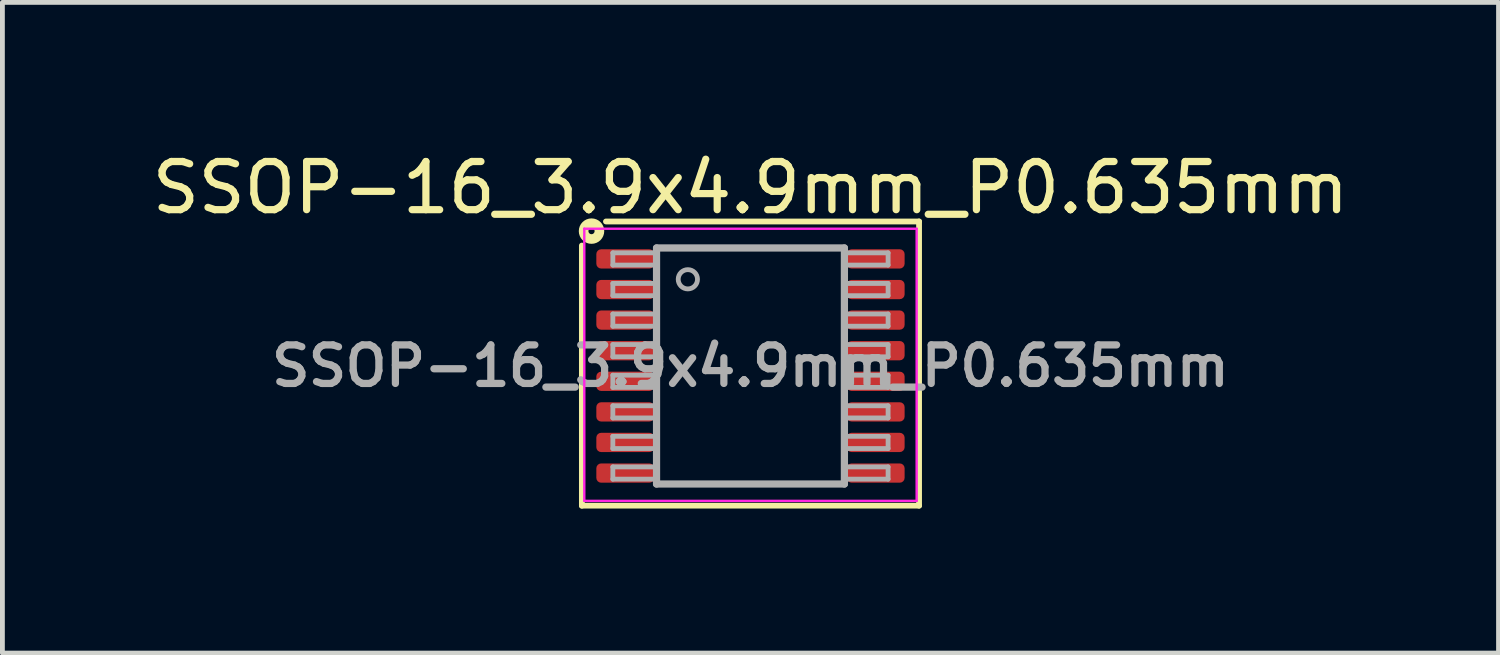
<source format=kicad_pcb>
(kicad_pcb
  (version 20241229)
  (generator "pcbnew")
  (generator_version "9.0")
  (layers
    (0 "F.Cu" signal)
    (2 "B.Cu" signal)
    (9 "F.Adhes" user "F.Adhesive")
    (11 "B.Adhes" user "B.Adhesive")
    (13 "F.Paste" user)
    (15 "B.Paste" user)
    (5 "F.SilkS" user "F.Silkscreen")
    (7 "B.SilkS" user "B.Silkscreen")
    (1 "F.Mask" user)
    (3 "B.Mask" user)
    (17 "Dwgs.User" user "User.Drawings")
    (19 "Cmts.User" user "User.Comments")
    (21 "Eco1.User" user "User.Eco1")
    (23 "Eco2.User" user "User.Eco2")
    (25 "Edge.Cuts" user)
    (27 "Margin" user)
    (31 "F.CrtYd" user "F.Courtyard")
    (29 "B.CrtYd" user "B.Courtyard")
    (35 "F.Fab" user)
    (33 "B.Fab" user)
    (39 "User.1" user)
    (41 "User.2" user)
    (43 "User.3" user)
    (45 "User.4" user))
  (footprint "SSOP-16_3.9x4.9mm_P0.635mm"
    (layer "F.Cu")
    (at 12.53 4.548)
    (property "Reference" "SSOP-16_3.9x4.9mm_P0.635mm" (at 0 -3.7 0) (layer "F.SilkS") (effects (font (size 1 1) (thickness 0.15))))
    (attr smd)
    (fp_line (start -3.5 -2.5) (end -3.5 2.9) (stroke (width 0.12) (type solid)) (layer "F.SilkS"))
    (fp_line (start -3.5 2.9) (end 3.5 2.9) (stroke (width 0.12) (type solid)) (layer "F.SilkS"))
    (fp_line (start 3.5 -3) (end -3 -3) (stroke (width 0.12) (type solid)) (layer "F.SilkS"))
    (fp_line (start 3.5 2.9) (end 3.5 -3) (stroke (width 0.12) (type solid)) (layer "F.SilkS"))
    (fp_circle (center -3.3 -2.8) (end -3.236 -2.8) (stroke (width 0.2) (type solid)) (fill no) (layer "F.SilkS"))
    (fp_line (start -3.45 -2.85) (end -3.45 2.8) (stroke (width 0.05) (type solid)) (layer "F.CrtYd"))
    (fp_line (start -3.45 -2.85) (end 3.45 -2.85) (stroke (width 0.05) (type solid)) (layer "F.CrtYd"))
    (fp_line (start -3.45 2.8) (end 3.45 2.8) (stroke (width 0.05) (type solid)) (layer "F.CrtYd"))
    (fp_line (start 3.45 -2.85) (end 3.45 2.8) (stroke (width 0.05) (type solid)) (layer "F.CrtYd"))
    (fp_line (start -2.857 -2.349) (end -2.857 -2.095) (stroke (width 0.1) (type solid)) (layer "F.Fab"))
    (fp_line (start -2.857 -2.349) (end -1.968 -2.349) (stroke (width 0.1) (type solid)) (layer "F.Fab"))
    (fp_line (start -2.857 -2.095) (end -1.968 -2.095) (stroke (width 0.1) (type solid)) (layer "F.Fab"))
    (fp_line (start -2.857 -1.714) (end -2.857 -1.46) (stroke (width 0.1) (type solid)) (layer "F.Fab"))
    (fp_line (start -2.857 -1.714) (end -1.968 -1.714) (stroke (width 0.1) (type solid)) (layer "F.Fab"))
    (fp_line (start -2.857 -1.46) (end -1.968 -1.46) (stroke (width 0.1) (type solid)) (layer "F.Fab"))
    (fp_line (start -2.857 -1.079) (end -2.857 -0.826) (stroke (width 0.1) (type solid)) (layer "F.Fab"))
    (fp_line (start -2.857 -1.079) (end -1.968 -1.079) (stroke (width 0.1) (type solid)) (layer "F.Fab"))
    (fp_line (start -2.857 -0.826) (end -1.968 -0.826) (stroke (width 0.1) (type solid)) (layer "F.Fab"))
    (fp_line (start -2.857 -0.445) (end -2.857 -0.191) (stroke (width 0.1) (type solid)) (layer "F.Fab"))
    (fp_line (start -2.857 -0.445) (end -1.968 -0.445) (stroke (width 0.1) (type solid)) (layer "F.Fab"))
    (fp_line (start -2.857 -0.191) (end -1.968 -0.191) (stroke (width 0.1) (type solid)) (layer "F.Fab"))
    (fp_line (start -2.857 0.191) (end -2.857 0.445) (stroke (width 0.1) (type solid)) (layer "F.Fab"))
    (fp_line (start -2.857 0.191) (end -1.968 0.191) (stroke (width 0.1) (type solid)) (layer "F.Fab"))
    (fp_line (start -2.857 0.445) (end -1.968 0.445) (stroke (width 0.1) (type solid)) (layer "F.Fab"))
    (fp_line (start -2.857 0.826) (end -2.857 1.079) (stroke (width 0.1) (type solid)) (layer "F.Fab"))
    (fp_line (start -2.857 0.826) (end -1.968 0.826) (stroke (width 0.1) (type solid)) (layer "F.Fab"))
    (fp_line (start -2.857 1.079) (end -1.968 1.079) (stroke (width 0.1) (type solid)) (layer "F.Fab"))
    (fp_line (start -2.857 1.46) (end -2.857 1.714) (stroke (width 0.1) (type solid)) (layer "F.Fab"))
    (fp_line (start -2.857 1.46) (end -1.968 1.46) (stroke (width 0.1) (type solid)) (layer "F.Fab"))
    (fp_line (start -2.857 1.714) (end -1.968 1.714) (stroke (width 0.1) (type solid)) (layer "F.Fab"))
    (fp_line (start -2.857 2.095) (end -2.857 2.349) (stroke (width 0.1) (type solid)) (layer "F.Fab"))
    (fp_line (start -2.857 2.095) (end -1.968 2.095) (stroke (width 0.1) (type solid)) (layer "F.Fab"))
    (fp_line (start -2.857 2.349) (end -1.968 2.349) (stroke (width 0.1) (type solid)) (layer "F.Fab"))
    (fp_line (start -1.95 -2.45) (end 1.95 -2.45) (stroke (width 0.15) (type solid)) (layer "F.Fab"))
    (fp_line (start -1.95 2.45) (end -1.95 -2.45) (stroke (width 0.15) (type solid)) (layer "F.Fab"))
    (fp_line (start 1.95 -2.45) (end 1.95 2.45) (stroke (width 0.15) (type solid)) (layer "F.Fab"))
    (fp_line (start 1.95 2.45) (end -1.95 2.45) (stroke (width 0.15) (type solid)) (layer "F.Fab"))
    (fp_line (start 2.857 -2.349) (end 1.968 -2.349) (stroke (width 0.1) (type solid)) (layer "F.Fab"))
    (fp_line (start 2.857 -2.095) (end 1.968 -2.095) (stroke (width 0.1) (type solid)) (layer "F.Fab"))
    (fp_line (start 2.857 -2.095) (end 2.857 -2.349) (stroke (width 0.1) (type solid)) (layer "F.Fab"))
    (fp_line (start 2.857 -1.714) (end 1.968 -1.714) (stroke (width 0.1) (type solid)) (layer "F.Fab"))
    (fp_line (start 2.857 -1.46) (end 1.968 -1.46) (stroke (width 0.1) (type solid)) (layer "F.Fab"))
    (fp_line (start 2.857 -1.46) (end 2.857 -1.714) (stroke (width 0.1) (type solid)) (layer "F.Fab"))
    (fp_line (start 2.857 -1.079) (end 1.968 -1.079) (stroke (width 0.1) (type solid)) (layer "F.Fab"))
    (fp_line (start 2.857 -0.826) (end 1.968 -0.826) (stroke (width 0.1) (type solid)) (layer "F.Fab"))
    (fp_line (start 2.857 -0.826) (end 2.857 -1.079) (stroke (width 0.1) (type solid)) (layer "F.Fab"))
    (fp_line (start 2.857 -0.445) (end 1.968 -0.445) (stroke (width 0.1) (type solid)) (layer "F.Fab"))
    (fp_line (start 2.857 -0.191) (end 1.968 -0.191) (stroke (width 0.1) (type solid)) (layer "F.Fab"))
    (fp_line (start 2.857 -0.191) (end 2.857 -0.445) (stroke (width 0.1) (type solid)) (layer "F.Fab"))
    (fp_line (start 2.857 0.191) (end 1.968 0.191) (stroke (width 0.1) (type solid)) (layer "F.Fab"))
    (fp_line (start 2.857 0.445) (end 1.968 0.445) (stroke (width 0.1) (type solid)) (layer "F.Fab"))
    (fp_line (start 2.857 0.445) (end 2.857 0.191) (stroke (width 0.1) (type solid)) (layer "F.Fab"))
    (fp_line (start 2.857 0.826) (end 1.968 0.826) (stroke (width 0.1) (type solid)) (layer "F.Fab"))
    (fp_line (start 2.857 1.079) (end 1.968 1.079) (stroke (width 0.1) (type solid)) (layer "F.Fab"))
    (fp_line (start 2.857 1.079) (end 2.857 0.826) (stroke (width 0.1) (type solid)) (layer "F.Fab"))
    (fp_line (start 2.857 1.46) (end 1.968 1.46) (stroke (width 0.1) (type solid)) (layer "F.Fab"))
    (fp_line (start 2.857 1.714) (end 1.968 1.714) (stroke (width 0.1) (type solid)) (layer "F.Fab"))
    (fp_line (start 2.857 1.714) (end 2.857 1.46) (stroke (width 0.1) (type solid)) (layer "F.Fab"))
    (fp_line (start 2.857 2.095) (end 1.968 2.095) (stroke (width 0.1) (type solid)) (layer "F.Fab"))
    (fp_line (start 2.857 2.349) (end 1.968 2.349) (stroke (width 0.1) (type solid)) (layer "F.Fab"))
    (fp_line (start 2.857 2.349) (end 2.857 2.095) (stroke (width 0.1) (type solid)) (layer "F.Fab"))
    (fp_circle (center -1.3 -1.8) (end -1.1 -1.8) (stroke (width 0.1) (type solid)) (fill no) (layer "F.Fab"))
    (fp_text user "${REFERENCE}" (at 0 0 0) (layer "F.Fab") (effects (font (size 0.8 0.8) (thickness 0.15))))
    (pad "1" smd roundrect (at -2.6 -2.223) (size 1.2 0.4) (layers "F.Cu" "F.Mask" "F.Paste") (roundrect_rratio 0.25))
    (pad "2" smd roundrect (at -2.6 -1.587) (size 1.2 0.4) (layers "F.Cu" "F.Mask" "F.Paste") (roundrect_rratio 0.25))
    (pad "3" smd roundrect (at -2.6 -0.953) (size 1.2 0.4) (layers "F.Cu" "F.Mask" "F.Paste") (roundrect_rratio 0.25))
    (pad "4" smd roundrect (at -2.6 -0.318) (size 1.2 0.4) (layers "F.Cu" "F.Mask" "F.Paste") (roundrect_rratio 0.25))
    (pad "5" smd roundrect (at -2.6 0.318) (size 1.2 0.4) (layers "F.Cu" "F.Mask" "F.Paste") (roundrect_rratio 0.25))
    (pad "6" smd roundrect (at -2.6 0.953) (size 1.2 0.4) (layers "F.Cu" "F.Mask" "F.Paste") (roundrect_rratio 0.25))
    (pad "7" smd roundrect (at -2.6 1.587) (size 1.2 0.4) (layers "F.Cu" "F.Mask" "F.Paste") (roundrect_rratio 0.25))
    (pad "8" smd roundrect (at -2.6 2.223) (size 1.2 0.4) (layers "F.Cu" "F.Mask" "F.Paste") (roundrect_rratio 0.25))
    (pad "9" smd roundrect (at 2.6 2.223) (size 1.2 0.4) (layers "F.Cu" "F.Mask" "F.Paste") (roundrect_rratio 0.25))
    (pad "10" smd roundrect (at 2.6 1.587) (size 1.2 0.4) (layers "F.Cu" "F.Mask" "F.Paste") (roundrect_rratio 0.25))
    (pad "11" smd roundrect (at 2.6 0.953) (size 1.2 0.4) (layers "F.Cu" "F.Mask" "F.Paste") (roundrect_rratio 0.25))
    (pad "12" smd roundrect (at 2.6 0.318) (size 1.2 0.4) (layers "F.Cu" "F.Mask" "F.Paste") (roundrect_rratio 0.25))
    (pad "13" smd roundrect (at 2.6 -0.318) (size 1.2 0.4) (layers "F.Cu" "F.Mask" "F.Paste") (roundrect_rratio 0.25))
    (pad "14" smd roundrect (at 2.6 -0.953) (size 1.2 0.4) (layers "F.Cu" "F.Mask" "F.Paste") (roundrect_rratio 0.25))
    (pad "15" smd roundrect (at 2.6 -1.587) (size 1.2 0.4) (layers "F.Cu" "F.Mask" "F.Paste") (roundrect_rratio 0.25))
    (pad "16" smd roundrect (at 2.6 -2.223) (size 1.2 0.4) (layers "F.Cu" "F.Mask" "F.Paste") (roundrect_rratio 0.25)))
  (gr_rect
    (start -3 -3)
    (end 28.06 10.508)
    (stroke (width 0.1) (type default))
    (fill no)
    (layer "Edge.Cuts")))
</source>
